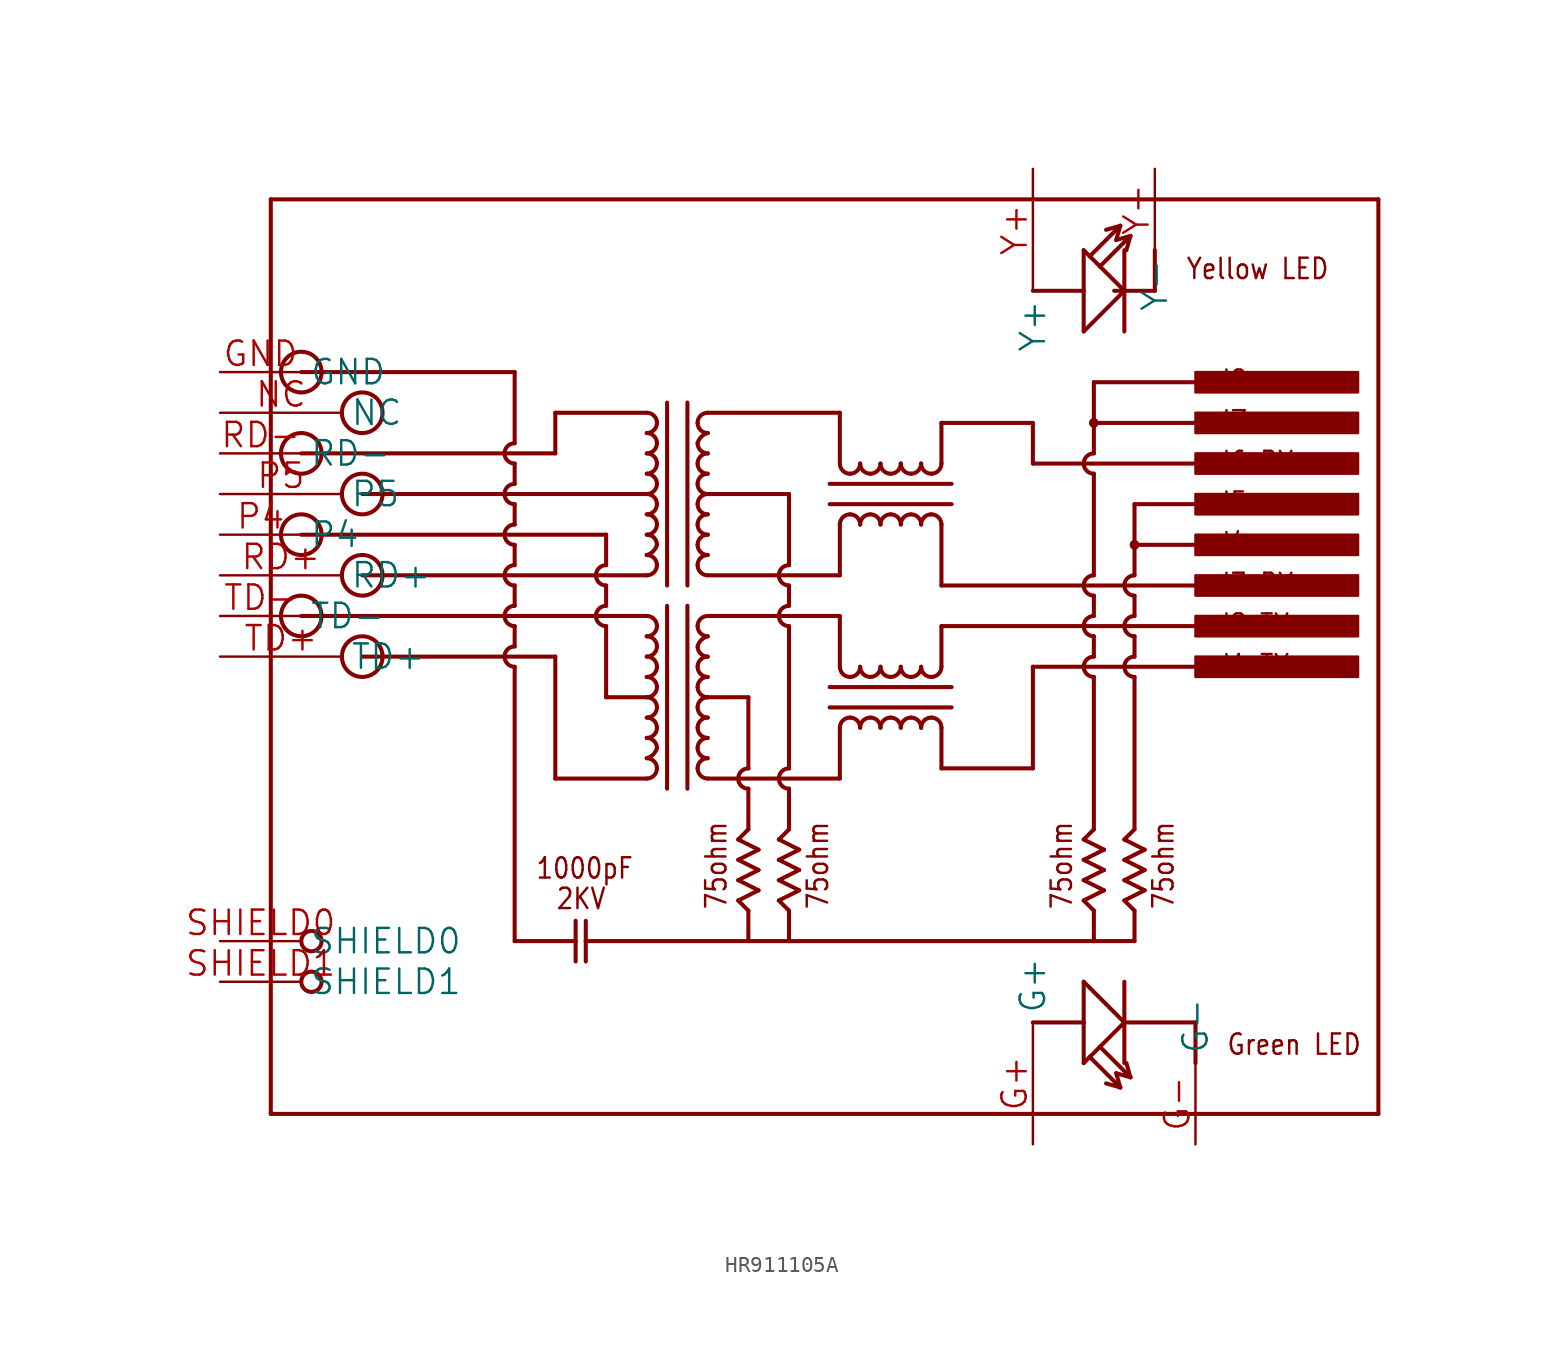
<source format=kicad_sym>
(kicad_symbol_lib
  (version 20241209)
  (generator "kicad_symbol_editor")
  (generator_version "9.0")
  (symbol "HR911105A"
    (property "Reference" "RJ"
      (at 0 0 0)
      (effects (font (size 1.27 1.27)) (hide yes)))
    (property "ki_locked" ""
      (at 0 0 0)
      (effects (font (size 1.27 1.27))))
    (symbol "HR911105A_1_0"
      (polyline (pts (xy -62.865 28.575) (xy 6.35 28.575)) (stroke (width 0.254) (type solid)) (fill (type none)))
      (polyline (pts (xy -62.865 -28.575) (xy -62.865 28.575)) (stroke (width 0.254) (type solid)) (fill (type none)))
      (circle (center -60.96 17.78) (radius 1.27) (stroke (width 0.254) (type solid)) (fill (type none)))
      (polyline (pts (xy -60.96 17.78) (xy -47.625 17.78)) (stroke (width 0.254) (type solid)) (fill (type none)))
      (circle (center -60.96 12.7) (radius 1.27) (stroke (width 0.254) (type solid)) (fill (type none)))
      (polyline (pts (xy -60.96 12.7) (xy -48.26 12.7)) (stroke (width 0.254) (type solid)) (fill (type none)))
      (circle (center -60.96 7.62) (radius 1.27) (stroke (width 0.254) (type solid)) (fill (type none)))
      (polyline (pts (xy -60.96 7.62) (xy -48.26 7.62)) (stroke (width 0.254) (type solid)) (fill (type none)))
      (circle (center -60.96 2.54) (radius 1.27) (stroke (width 0.254) (type solid)) (fill (type none)))
      (circle (center -60.325 -17.78) (radius 0.635) (stroke (width 0.254) (type solid)) (fill (type none)))
      (circle (center -60.325 -20.32) (radius 0.635) (stroke (width 0.254) (type solid)) (fill (type none)))
      (circle (center -57.15 15.24) (radius 1.27) (stroke (width 0.254) (type solid)) (fill (type none)))
      (circle (center -57.15 10.16) (radius 1.27) (stroke (width 0.254) (type solid)) (fill (type none)))
      (circle (center -57.15 5.08) (radius 1.27) (stroke (width 0.254) (type solid)) (fill (type none)))
      (polyline (pts (xy -57.15 5.08) (xy -48.26 5.08)) (stroke (width 0.254) (type solid)) (fill (type none)))
      (circle (center -57.15 0) (radius 1.27) (stroke (width 0.254) (type solid)) (fill (type none)))
      (polyline (pts (xy -48.26 12.7) (xy -45.085 12.7)) (stroke (width 0.254) (type solid)) (fill (type none)))
      (polyline (pts (xy -48.26 10.16) (xy -57.15 10.16)) (stroke (width 0.254) (type solid)) (fill (type none)))
      (polyline (pts (xy -48.26 7.62) (xy -41.91 7.62)) (stroke (width 0.254) (type solid)) (fill (type none)))
      (polyline (pts (xy -48.26 5.08) (xy -42.545 5.08)) (stroke (width 0.254) (type solid)) (fill (type none)))
      (polyline (pts (xy -48.26 2.54) (xy -60.96 2.54)) (stroke (width 0.254) (type solid)) (fill (type none)))
      (polyline (pts (xy -48.26 0) (xy -57.15 0)) (stroke (width 0.254) (type solid)) (fill (type none)))
      (polyline (pts (xy -47.625 17.78) (xy -47.625 13.335)) (stroke (width 0.254) (type solid)) (fill (type none)))
      (arc (start -48.26 12.7) (mid -48.074 13.149) (end -47.625 13.335) (stroke (width 0.254) (type solid)) (fill (type none)))
      (arc (start -47.625 12.065) (mid -48.074 12.251) (end -48.26 12.7) (stroke (width 0.254) (type solid)) (fill (type none)))
      (polyline (pts (xy -47.625 10.795) (xy -47.625 12.065)) (stroke (width 0.254) (type solid)) (fill (type none)))
      (arc (start -48.26 10.16) (mid -48.074 10.609) (end -47.625 10.795) (stroke (width 0.254) (type solid)) (fill (type none)))
      (arc (start -47.625 9.525) (mid -48.074 9.711) (end -48.26 10.16) (stroke (width 0.254) (type solid)) (fill (type none)))
      (polyline (pts (xy -47.625 8.255) (xy -47.625 9.525)) (stroke (width 0.254) (type solid)) (fill (type none)))
      (arc (start -48.26 7.62) (mid -48.074 8.069) (end -47.625 8.255) (stroke (width 0.254) (type solid)) (fill (type none)))
      (arc (start -47.625 6.985) (mid -48.074 7.171) (end -48.26 7.62) (stroke (width 0.254) (type solid)) (fill (type none)))
      (polyline (pts (xy -47.625 5.715) (xy -47.625 6.985)) (stroke (width 0.254) (type solid)) (fill (type none)))
      (arc (start -48.26 5.08) (mid -48.074 5.529) (end -47.625 5.715) (stroke (width 0.254) (type solid)) (fill (type none)))
      (arc (start -47.625 4.445) (mid -48.074 4.631) (end -48.26 5.08) (stroke (width 0.254) (type solid)) (fill (type none)))
      (polyline (pts (xy -47.625 3.175) (xy -47.625 4.445)) (stroke (width 0.254) (type solid)) (fill (type none)))
      (arc (start -48.26 2.54) (mid -48.074 2.989) (end -47.625 3.175) (stroke (width 0.254) (type solid)) (fill (type none)))
      (arc (start -47.625 1.905) (mid -48.074 2.091) (end -48.26 2.54) (stroke (width 0.254) (type solid)) (fill (type none)))
      (polyline (pts (xy -47.625 0.635) (xy -47.625 1.905)) (stroke (width 0.254) (type solid)) (fill (type none)))
      (arc (start -48.26 0) (mid -48.074 0.449) (end -47.625 0.635) (stroke (width 0.254) (type solid)) (fill (type none)))
      (arc (start -47.625 -0.635) (mid -48.074 -0.449) (end -48.26 0) (stroke (width 0.254) (type solid)) (fill (type none)))
      (polyline (pts (xy -47.625 -17.78) (xy -47.625 -0.635)) (stroke (width 0.254) (type solid)) (fill (type none)))
      (polyline (pts (xy -45.085 12.7) (xy -45.085 15.24)) (stroke (width 0.254) (type solid)) (fill (type none)))
      (polyline (pts (xy -45.085 0) (xy -48.26 0)) (stroke (width 0.254) (type solid)) (fill (type none)))
      (polyline (pts (xy -45.085 -7.62) (xy -45.085 0)) (stroke (width 0.254) (type solid)) (fill (type none)))
      (polyline (pts (xy -43.815 -16.51) (xy -43.815 -17.78)) (stroke (width 0.254) (type solid)) (fill (type none)))
      (polyline (pts (xy -43.815 -17.78) (xy -47.625 -17.78)) (stroke (width 0.254) (type solid)) (fill (type none)))
      (polyline (pts (xy -43.815 -17.78) (xy -43.815 -19.05)) (stroke (width 0.254) (type solid)) (fill (type none)))
      (polyline (pts (xy -43.18 -17.78) (xy -43.18 -16.51)) (stroke (width 0.254) (type solid)) (fill (type none)))
      (polyline (pts (xy -43.18 -17.78) (xy -43.18 -19.05)) (stroke (width 0.254) (type solid)) (fill (type none)))
      (polyline (pts (xy -42.545 5.08) (xy -39.37 5.08)) (stroke (width 0.254) (type solid)) (fill (type none)))
      (polyline (pts (xy -42.545 2.54) (xy -48.26 2.54)) (stroke (width 0.254) (type solid)) (fill (type none)))
      (polyline (pts (xy -41.91 7.62) (xy -41.91 5.715)) (stroke (width 0.254) (type solid)) (fill (type none)))
      (arc (start -42.545 5.08) (mid -42.359 5.529) (end -41.91 5.715) (stroke (width 0.254) (type solid)) (fill (type none)))
      (arc (start -41.91 4.445) (mid -42.359 4.631) (end -42.545 5.08) (stroke (width 0.254) (type solid)) (fill (type none)))
      (polyline (pts (xy -41.91 4.445) (xy -41.91 3.175)) (stroke (width 0.254) (type solid)) (fill (type none)))
      (arc (start -42.545 2.54) (mid -42.359 2.989) (end -41.91 3.175) (stroke (width 0.254) (type solid)) (fill (type none)))
      (arc (start -41.91 1.905) (mid -42.359 2.091) (end -42.545 2.54) (stroke (width 0.254) (type solid)) (fill (type none)))
      (polyline (pts (xy -41.91 1.905) (xy -41.91 -2.54)) (stroke (width 0.254) (type solid)) (fill (type none)))
      (polyline (pts (xy -41.91 -2.54) (xy -39.37 -2.54)) (stroke (width 0.254) (type solid)) (fill (type none)))
      (arc (start -38.735 6.9849) (mid -38.9674 6.5824) (end -39.37 6.35) (stroke (width 0.254) (type solid)) (fill (type none)))
      (arc (start -38.7349 -5.7151) (mid -38.9674 -6.1177) (end -39.37 -6.35) (stroke (width 0.254) (type solid)) (fill (type none)))
      (polyline (pts (xy -39.37 15.24) (xy -45.085 15.24)) (stroke (width 0.254) (type solid)) (fill (type none)))
      (arc (start -39.37 15.24) (mid -38.921 15.054) (end -38.735 14.605) (stroke (width 0.254) (type solid)) (fill (type none)))
      (arc (start -38.735 14.605) (mid -38.921 14.156) (end -39.37 13.97) (stroke (width 0.254) (type solid)) (fill (type none)))
      (arc (start -39.37 13.97) (mid -38.921 13.784) (end -38.735 13.335) (stroke (width 0.254) (type solid)) (fill (type none)))
      (arc (start -38.735 13.335) (mid -38.921 12.886) (end -39.37 12.7) (stroke (width 0.254) (type solid)) (fill (type none)))
      (arc (start -39.37 12.7) (mid -38.921 12.514) (end -38.735 12.065) (stroke (width 0.254) (type solid)) (fill (type none)))
      (arc (start -38.735 12.065) (mid -38.921 11.616) (end -39.37 11.43) (stroke (width 0.254) (type solid)) (fill (type none)))
      (arc (start -39.37 11.43) (mid -38.921 11.244) (end -38.735 10.795) (stroke (width 0.254) (type solid)) (fill (type none)))
      (arc (start -38.735 10.795) (mid -38.921 10.346) (end -39.37 10.16) (stroke (width 0.254) (type solid)) (fill (type none)))
      (polyline (pts (xy -39.37 10.16) (xy -48.26 10.16)) (stroke (width 0.254) (type solid)) (fill (type none)))
      (arc (start -39.37 10.16) (mid -38.921 9.974) (end -38.735 9.525) (stroke (width 0.254) (type solid)) (fill (type none)))
      (arc (start -38.735 9.525) (mid -38.921 9.076) (end -39.37 8.89) (stroke (width 0.254) (type solid)) (fill (type none)))
      (arc (start -39.37 8.89) (mid -38.921 8.704) (end -38.735 8.255) (stroke (width 0.254) (type solid)) (fill (type none)))
      (arc (start -38.735 8.255) (mid -38.921 7.806) (end -39.37 7.62) (stroke (width 0.254) (type solid)) (fill (type none)))
      (arc (start -39.37 7.62) (mid -38.921 7.434) (end -38.735 6.985) (stroke (width 0.254) (type solid)) (fill (type none)))
      (arc (start -39.37 6.35) (mid -38.921 6.164) (end -38.735 5.715) (stroke (width 0.254) (type solid)) (fill (type none)))
      (arc (start -38.735 5.715) (mid -38.921 5.266) (end -39.37 5.08) (stroke (width 0.254) (type solid)) (fill (type none)))
      (polyline (pts (xy -39.37 2.54) (xy -42.545 2.54)) (stroke (width 0.254) (type solid)) (fill (type none)))
      (arc (start -39.37 2.54) (mid -38.921 2.354) (end -38.735 1.905) (stroke (width 0.254) (type solid)) (fill (type none)))
      (arc (start -38.735 1.905) (mid -38.921 1.456) (end -39.37 1.27) (stroke (width 0.254) (type solid)) (fill (type none)))
      (arc (start -39.37 1.27) (mid -38.921 1.084) (end -38.735 0.635) (stroke (width 0.254) (type solid)) (fill (type none)))
      (arc (start -38.735 0.635) (mid -38.921 0.186) (end -39.37 0) (stroke (width 0.254) (type solid)) (fill (type none)))
      (arc (start -39.37 0) (mid -38.921 -0.186) (end -38.735 -0.635) (stroke (width 0.254) (type solid)) (fill (type none)))
      (arc (start -38.735 -0.635) (mid -38.921 -1.084) (end -39.37 -1.27) (stroke (width 0.254) (type solid)) (fill (type none)))
      (arc (start -39.37 -1.27) (mid -38.921 -1.456) (end -38.735 -1.905) (stroke (width 0.254) (type solid)) (fill (type none)))
      (arc (start -38.735 -1.905) (mid -38.921 -2.354) (end -39.37 -2.54) (stroke (width 0.254) (type solid)) (fill (type none)))
      (arc (start -39.37 -2.54) (mid -38.921 -2.726) (end -38.735 -3.175) (stroke (width 0.254) (type solid)) (fill (type none)))
      (arc (start -38.735 -3.175) (mid -38.921 -3.624) (end -39.37 -3.81) (stroke (width 0.254) (type solid)) (fill (type none)))
      (arc (start -39.37 -3.81) (mid -38.921 -3.996) (end -38.735 -4.445) (stroke (width 0.254) (type solid)) (fill (type none)))
      (arc (start -38.735 -4.445) (mid -38.921 -4.894) (end -39.37 -5.08) (stroke (width 0.254) (type solid)) (fill (type none)))
      (arc (start -39.37 -5.08) (mid -38.921 -5.266) (end -38.735 -5.715) (stroke (width 0.254) (type solid)) (fill (type none)))
      (arc (start -39.37 -6.35) (mid -38.921 -6.536) (end -38.735 -6.985) (stroke (width 0.254) (type solid)) (fill (type none)))
      (arc (start -38.735 -6.985) (mid -38.921 -7.434) (end -39.37 -7.62) (stroke (width 0.254) (type solid)) (fill (type none)))
      (polyline (pts (xy -39.37 -7.62) (xy -45.085 -7.62)) (stroke (width 0.254) (type solid)) (fill (type none)))
      (polyline (pts (xy -38.1 15.875) (xy -38.1 4.445)) (stroke (width 0.254) (type solid)) (fill (type none)))
      (polyline (pts (xy -38.1 3.175) (xy -38.1 -8.255)) (stroke (width 0.254) (type solid)) (fill (type none)))
      (polyline (pts (xy -36.83 15.875) (xy -36.83 4.445)) (stroke (width 0.254) (type solid)) (fill (type none)))
      (polyline (pts (xy -36.83 3.175) (xy -36.83 -8.255)) (stroke (width 0.254) (type solid)) (fill (type none)))
      (arc (start -36.195 14.605) (mid -36.009 15.054) (end -35.56 15.24) (stroke (width 0.254) (type solid)) (fill (type none)))
      (arc (start -35.56 13.97) (mid -36.009 14.156) (end -36.195 14.605) (stroke (width 0.254) (type solid)) (fill (type none)))
      (arc (start -35.56 12.7) (mid -36.009 12.886) (end -36.195 13.335) (stroke (width 0.254) (type solid)) (fill (type none)))
      (arc (start -36.195 12.065) (mid -36.009 12.514) (end -35.56 12.7) (stroke (width 0.254) (type solid)) (fill (type none)))
      (arc (start -35.56 11.43) (mid -36.009 11.616) (end -36.195 12.065) (stroke (width 0.254) (type solid)) (fill (type none)))
      (arc (start -36.195 10.795) (mid -36.009 11.244) (end -35.56 11.43) (stroke (width 0.254) (type solid)) (fill (type none)))
      (arc (start -35.56 10.16) (mid -36.009 10.346) (end -36.195 10.795) (stroke (width 0.254) (type solid)) (fill (type none)))
      (polyline (pts (xy -35.56 10.16) (xy -30.48 10.16)) (stroke (width 0.254) (type solid)) (fill (type none)))
      (arc (start -36.195 9.525) (mid -36.009 9.974) (end -35.56 10.16) (stroke (width 0.254) (type solid)) (fill (type none)))
      (arc (start -35.56 8.89) (mid -36.009 9.076) (end -36.195 9.525) (stroke (width 0.254) (type solid)) (fill (type none)))
      (arc (start -36.195 8.255) (mid -36.009 8.704) (end -35.56 8.89) (stroke (width 0.254) (type solid)) (fill (type none)))
      (arc (start -35.56 7.62) (mid -36.009 7.806) (end -36.195 8.255) (stroke (width 0.254) (type solid)) (fill (type none)))
      (arc (start -36.195 6.985) (mid -36.009 7.434) (end -35.56 7.62) (stroke (width 0.254) (type solid)) (fill (type none)))
      (arc (start -35.56 6.35) (mid -36.009 6.536) (end -36.195 6.985) (stroke (width 0.254) (type solid)) (fill (type none)))
      (arc (start -36.195 5.715) (mid -36.009 6.164) (end -35.56 6.35) (stroke (width 0.254) (type solid)) (fill (type none)))
      (arc (start -35.56 5.08) (mid -36.009 5.266) (end -36.195 5.715) (stroke (width 0.254) (type solid)) (fill (type none)))
      (polyline (pts (xy -35.56 5.08) (xy -31.115 5.08)) (stroke (width 0.254) (type solid)) (fill (type none)))
      (arc (start -36.195 1.905) (mid -36.009 2.354) (end -35.56 2.54) (stroke (width 0.254) (type solid)) (fill (type none)))
      (arc (start -35.56 1.27) (mid -36.009 1.456) (end -36.195 1.905) (stroke (width 0.254) (type solid)) (fill (type none)))
      (arc (start -35.56 0) (mid -36.009 0.186) (end -36.195 0.635) (stroke (width 0.254) (type solid)) (fill (type none)))
      (arc (start -36.195 -0.635) (mid -36.009 -0.186) (end -35.56 0) (stroke (width 0.254) (type solid)) (fill (type none)))
      (arc (start -35.56 -1.27) (mid -36.009 -1.084) (end -36.195 -0.635) (stroke (width 0.254) (type solid)) (fill (type none)))
      (arc (start -36.195 -1.905) (mid -36.009 -1.456) (end -35.56 -1.27) (stroke (width 0.254) (type solid)) (fill (type none)))
      (arc (start -35.56 -2.54) (mid -36.009 -2.354) (end -36.195 -1.905) (stroke (width 0.254) (type solid)) (fill (type none)))
      (arc (start -36.195 -3.175) (mid -36.009 -2.726) (end -35.56 -2.54) (stroke (width 0.254) (type solid)) (fill (type none)))
      (arc (start -35.56 -3.81) (mid -36.009 -3.624) (end -36.195 -3.175) (stroke (width 0.254) (type solid)) (fill (type none)))
      (arc (start -36.195 -4.445) (mid -36.009 -3.996) (end -35.56 -3.81) (stroke (width 0.254) (type solid)) (fill (type none)))
      (arc (start -35.56 -5.08) (mid -36.009 -4.894) (end -36.195 -4.445) (stroke (width 0.254) (type solid)) (fill (type none)))
      (arc (start -36.195 -5.715) (mid -36.009 -5.266) (end -35.56 -5.08) (stroke (width 0.254) (type solid)) (fill (type none)))
      (arc (start -35.56 -6.35) (mid -36.009 -6.164) (end -36.195 -5.715) (stroke (width 0.254) (type solid)) (fill (type none)))
      (arc (start -36.195 -6.985) (mid -36.009 -6.536) (end -35.56 -6.35) (stroke (width 0.254) (type solid)) (fill (type none)))
      (arc (start -35.56 -7.62) (mid -36.009 -7.434) (end -36.195 -6.985) (stroke (width 0.254) (type solid)) (fill (type none)))
      (polyline (pts (xy -35.56 -7.62) (xy -33.655 -7.62)) (stroke (width 0.254) (type solid)) (fill (type none)))
      (arc (start -36.195 13.335) (mid -35.9626 13.7376) (end -35.56 13.97) (stroke (width 0.254) (type solid)) (fill (type none)))
      (arc (start -36.195 0.635) (mid -35.9626 1.0376) (end -35.56 1.27) (stroke (width 0.254) (type solid)) (fill (type none)))
      (polyline (pts (xy -33.655 -7.62) (xy -31.115 -7.62)) (stroke (width 0.254) (type solid)) (fill (type none)))
      (polyline (pts (xy -33.655 -11.43) (xy -32.385 -12.065)) (stroke (width 0.254) (type solid)) (fill (type none)))
      (polyline (pts (xy -33.655 -12.7) (xy -32.385 -13.335)) (stroke (width 0.254) (type solid)) (fill (type none)))
      (polyline (pts (xy -33.655 -13.97) (xy -32.385 -14.605)) (stroke (width 0.254) (type solid)) (fill (type none)))
      (polyline (pts (xy -33.655 -15.24) (xy -33.02 -15.875)) (stroke (width 0.254) (type solid)) (fill (type none)))
      (polyline (pts (xy -33.02 -2.54) (xy -35.56 -2.54)) (stroke (width 0.254) (type solid)) (fill (type none)))
      (polyline (pts (xy -33.02 -6.985) (xy -33.02 -2.54)) (stroke (width 0.254) (type solid)) (fill (type none)))
      (arc (start -33.655 -7.62) (mid -33.469 -7.171) (end -33.02 -6.985) (stroke (width 0.254) (type solid)) (fill (type none)))
      (arc (start -33.02 -8.255) (mid -33.469 -8.069) (end -33.655 -7.62) (stroke (width 0.254) (type solid)) (fill (type none)))
      (polyline (pts (xy -33.02 -8.255) (xy -33.02 -10.795)) (stroke (width 0.254) (type solid)) (fill (type none)))
      (polyline (pts (xy -33.02 -10.795) (xy -33.655 -11.43)) (stroke (width 0.254) (type solid)) (fill (type none)))
      (polyline (pts (xy -33.02 -15.875) (xy -33.02 -17.78)) (stroke (width 0.254) (type solid)) (fill (type none)))
      (polyline (pts (xy -33.02 -17.78) (xy -43.18 -17.78)) (stroke (width 0.254) (type solid)) (fill (type none)))
      (polyline (pts (xy -32.385 -12.065) (xy -33.655 -12.7)) (stroke (width 0.254) (type solid)) (fill (type none)))
      (polyline (pts (xy -32.385 -13.335) (xy -33.655 -13.97)) (stroke (width 0.254) (type solid)) (fill (type none)))
      (polyline (pts (xy -32.385 -14.605) (xy -33.655 -15.24)) (stroke (width 0.254) (type solid)) (fill (type none)))
      (polyline (pts (xy -31.115 5.08) (xy -27.305 5.08)) (stroke (width 0.254) (type solid)) (fill (type none)))
      (polyline (pts (xy -31.115 2.54) (xy -35.56 2.54)) (stroke (width 0.254) (type solid)) (fill (type none)))
      (polyline (pts (xy -31.115 -7.62) (xy -27.305 -7.62)) (stroke (width 0.254) (type solid)) (fill (type none)))
      (polyline (pts (xy -31.115 -11.43) (xy -29.845 -12.065)) (stroke (width 0.254) (type solid)) (fill (type none)))
      (polyline (pts (xy -31.115 -12.7) (xy -29.845 -13.335)) (stroke (width 0.254) (type solid)) (fill (type none)))
      (polyline (pts (xy -31.115 -13.97) (xy -29.845 -14.605)) (stroke (width 0.254) (type solid)) (fill (type none)))
      (polyline (pts (xy -31.115 -15.24) (xy -30.48 -15.875)) (stroke (width 0.254) (type solid)) (fill (type none)))
      (polyline (pts (xy -30.48 10.16) (xy -30.48 5.715)) (stroke (width 0.254) (type solid)) (fill (type none)))
      (arc (start -31.115 5.08) (mid -30.929 5.529) (end -30.48 5.715) (stroke (width 0.254) (type solid)) (fill (type none)))
      (arc (start -30.48 4.445) (mid -30.929 4.631) (end -31.115 5.08) (stroke (width 0.254) (type solid)) (fill (type none)))
      (polyline (pts (xy -30.48 4.445) (xy -30.48 3.175)) (stroke (width 0.254) (type solid)) (fill (type none)))
      (arc (start -31.115 2.54) (mid -30.929 2.989) (end -30.48 3.175) (stroke (width 0.254) (type solid)) (fill (type none)))
      (arc (start -30.48 1.905) (mid -30.929 2.091) (end -31.115 2.54) (stroke (width 0.254) (type solid)) (fill (type none)))
      (polyline (pts (xy -30.48 1.905) (xy -30.48 -6.985)) (stroke (width 0.254) (type solid)) (fill (type none)))
      (arc (start -31.115 -7.62) (mid -30.929 -7.171) (end -30.48 -6.985) (stroke (width 0.254) (type solid)) (fill (type none)))
      (arc (start -30.48 -8.255) (mid -30.929 -8.069) (end -31.115 -7.62) (stroke (width 0.254) (type solid)) (fill (type none)))
      (polyline (pts (xy -30.48 -8.255) (xy -30.48 -10.795)) (stroke (width 0.254) (type solid)) (fill (type none)))
      (polyline (pts (xy -30.48 -10.795) (xy -31.115 -11.43)) (stroke (width 0.254) (type solid)) (fill (type none)))
      (polyline (pts (xy -30.48 -15.875) (xy -30.48 -17.78)) (stroke (width 0.254) (type solid)) (fill (type none)))
      (polyline (pts (xy -30.48 -17.78) (xy -33.02 -17.78)) (stroke (width 0.254) (type solid)) (fill (type none)))
      (polyline (pts (xy -29.845 -12.065) (xy -31.115 -12.7)) (stroke (width 0.254) (type solid)) (fill (type none)))
      (polyline (pts (xy -29.845 -13.335) (xy -31.115 -13.97)) (stroke (width 0.254) (type solid)) (fill (type none)))
      (polyline (pts (xy -29.845 -14.605) (xy -31.115 -15.24)) (stroke (width 0.254) (type solid)) (fill (type none)))
      (polyline (pts (xy -27.94 10.795) (xy -20.32 10.795)) (stroke (width 0.254) (type solid)) (fill (type none)))
      (polyline (pts (xy -27.94 9.525) (xy -20.32 9.525)) (stroke (width 0.254) (type solid)) (fill (type none)))
      (polyline (pts (xy -27.94 -1.905) (xy -20.32 -1.905)) (stroke (width 0.254) (type solid)) (fill (type none)))
      (polyline (pts (xy -27.94 -3.175) (xy -20.32 -3.175)) (stroke (width 0.254) (type solid)) (fill (type none)))
      (polyline (pts (xy -27.305 15.24) (xy -35.56 15.24)) (stroke (width 0.254) (type solid)) (fill (type none)))
      (polyline (pts (xy -27.305 12.065) (xy -27.305 15.24)) (stroke (width 0.254) (type solid)) (fill (type none)))
      (polyline (pts (xy -27.305 5.08) (xy -27.305 8.255)) (stroke (width 0.254) (type solid)) (fill (type none)))
      (polyline (pts (xy -27.305 2.54) (xy -31.115 2.54)) (stroke (width 0.254) (type solid)) (fill (type none)))
      (polyline (pts (xy -27.305 -0.635) (xy -27.305 2.54)) (stroke (width 0.254) (type solid)) (fill (type none)))
      (polyline (pts (xy -27.305 -7.62) (xy -27.305 -4.445)) (stroke (width 0.254) (type solid)) (fill (type none)))
      (arc (start -26.67 11.43) (mid -27.119 11.616) (end -27.305 12.065) (stroke (width 0.254) (type solid)) (fill (type none)))
      (arc (start -26.035 12.065) (mid -26.221 11.616) (end -26.67 11.43) (stroke (width 0.254) (type solid)) (fill (type none)))
      (arc (start -27.305 8.255) (mid -27.119 8.704) (end -26.67 8.89) (stroke (width 0.254) (type solid)) (fill (type none)))
      (arc (start -26.67 8.89) (mid -26.221 8.704) (end -26.035 8.255) (stroke (width 0.254) (type solid)) (fill (type none)))
      (arc (start -26.67 -1.27) (mid -27.119 -1.084) (end -27.305 -0.635) (stroke (width 0.254) (type solid)) (fill (type none)))
      (arc (start -26.035 -0.635) (mid -26.221 -1.084) (end -26.67 -1.27) (stroke (width 0.254) (type solid)) (fill (type none)))
      (arc (start -27.305 -4.445) (mid -27.119 -3.996) (end -26.67 -3.81) (stroke (width 0.254) (type solid)) (fill (type none)))
      (arc (start -26.67 -3.81) (mid -26.221 -3.996) (end -26.035 -4.445) (stroke (width 0.254) (type solid)) (fill (type none)))
      (arc (start -25.4 11.43) (mid -25.849 11.616) (end -26.035 12.065) (stroke (width 0.254) (type solid)) (fill (type none)))
      (arc (start -24.765 12.065) (mid -24.951 11.616) (end -25.4 11.43) (stroke (width 0.254) (type solid)) (fill (type none)))
      (arc (start -26.035 8.255) (mid -25.849 8.704) (end -25.4 8.89) (stroke (width 0.254) (type solid)) (fill (type none)))
      (arc (start -25.4 8.89) (mid -24.951 8.704) (end -24.765 8.255) (stroke (width 0.254) (type solid)) (fill (type none)))
      (arc (start -25.4 -1.27) (mid -25.849 -1.084) (end -26.035 -0.635) (stroke (width 0.254) (type solid)) (fill (type none)))
      (arc (start -24.765 -0.635) (mid -24.951 -1.084) (end -25.4 -1.27) (stroke (width 0.254) (type solid)) (fill (type none)))
      (arc (start -26.035 -4.445) (mid -25.849 -3.996) (end -25.4 -3.81) (stroke (width 0.254) (type solid)) (fill (type none)))
      (arc (start -25.4 -3.81) (mid -24.951 -3.996) (end -24.765 -4.445) (stroke (width 0.254) (type solid)) (fill (type none)))
      (arc (start -24.13 11.43) (mid -24.579 11.616) (end -24.765 12.065) (stroke (width 0.254) (type solid)) (fill (type none)))
      (arc (start -23.495 12.065) (mid -23.681 11.616) (end -24.13 11.43) (stroke (width 0.254) (type solid)) (fill (type none)))
      (arc (start -24.765 8.255) (mid -24.579 8.704) (end -24.13 8.89) (stroke (width 0.254) (type solid)) (fill (type none)))
      (arc (start -24.13 8.89) (mid -23.681 8.704) (end -23.495 8.255) (stroke (width 0.254) (type solid)) (fill (type none)))
      (arc (start -24.13 -1.27) (mid -24.579 -1.084) (end -24.765 -0.635) (stroke (width 0.254) (type solid)) (fill (type none)))
      (arc (start -23.495 -0.635) (mid -23.681 -1.084) (end -24.13 -1.27) (stroke (width 0.254) (type solid)) (fill (type none)))
      (arc (start -24.765 -4.445) (mid -24.579 -3.996) (end -24.13 -3.81) (stroke (width 0.254) (type solid)) (fill (type none)))
      (arc (start -24.13 -3.81) (mid -23.681 -3.996) (end -23.495 -4.445) (stroke (width 0.254) (type solid)) (fill (type none)))
      (arc (start -22.86 11.43) (mid -23.309 11.616) (end -23.495 12.065) (stroke (width 0.254) (type solid)) (fill (type none)))
      (arc (start -22.225 12.065) (mid -22.411 11.616) (end -22.86 11.43) (stroke (width 0.254) (type solid)) (fill (type none)))
      (arc (start -23.495 8.255) (mid -23.309 8.704) (end -22.86 8.89) (stroke (width 0.254) (type solid)) (fill (type none)))
      (arc (start -22.86 8.89) (mid -22.411 8.704) (end -22.225 8.255) (stroke (width 0.254) (type solid)) (fill (type none)))
      (arc (start -22.86 -1.27) (mid -23.309 -1.084) (end -23.495 -0.635) (stroke (width 0.254) (type solid)) (fill (type none)))
      (arc (start -22.225 -0.635) (mid -22.411 -1.084) (end -22.86 -1.27) (stroke (width 0.254) (type solid)) (fill (type none)))
      (arc (start -23.495 -4.445) (mid -23.309 -3.996) (end -22.86 -3.81) (stroke (width 0.254) (type solid)) (fill (type none)))
      (arc (start -22.86 -3.81) (mid -22.411 -3.996) (end -22.225 -4.445) (stroke (width 0.254) (type solid)) (fill (type none)))
      (arc (start -21.59 11.43) (mid -22.039 11.616) (end -22.225 12.065) (stroke (width 0.254) (type solid)) (fill (type none)))
      (arc (start -20.955 12.065) (mid -21.141 11.616) (end -21.59 11.43) (stroke (width 0.254) (type solid)) (fill (type none)))
      (arc (start -22.225 8.255) (mid -22.039 8.704) (end -21.59 8.89) (stroke (width 0.254) (type solid)) (fill (type none)))
      (arc (start -21.59 8.89) (mid -21.141 8.704) (end -20.955 8.255) (stroke (width 0.254) (type solid)) (fill (type none)))
      (arc (start -21.59 -1.27) (mid -22.039 -1.084) (end -22.225 -0.635) (stroke (width 0.254) (type solid)) (fill (type none)))
      (arc (start -20.955 -0.635) (mid -21.141 -1.084) (end -21.59 -1.27) (stroke (width 0.254) (type solid)) (fill (type none)))
      (arc (start -22.225 -4.445) (mid -22.039 -3.996) (end -21.59 -3.81) (stroke (width 0.254) (type solid)) (fill (type none)))
      (arc (start -21.59 -3.81) (mid -21.141 -3.996) (end -20.955 -4.445) (stroke (width 0.254) (type solid)) (fill (type none)))
      (polyline (pts (xy -20.955 14.605) (xy -20.955 12.065)) (stroke (width 0.254) (type solid)) (fill (type none)))
      (polyline (pts (xy -20.955 8.255) (xy -20.955 4.445)) (stroke (width 0.254) (type solid)) (fill (type none)))
      (polyline (pts (xy -20.955 1.905) (xy -20.955 -0.635)) (stroke (width 0.254) (type solid)) (fill (type none)))
      (polyline (pts (xy -20.955 -4.445) (xy -20.955 -6.985)) (stroke (width 0.254) (type solid)) (fill (type none)))
      (polyline (pts (xy -15.24 14.605) (xy -20.955 14.605)) (stroke (width 0.254) (type solid)) (fill (type none)))
      (polyline (pts (xy -15.24 12.065) (xy -15.24 14.605)) (stroke (width 0.254) (type solid)) (fill (type none)))
      (polyline (pts (xy -15.24 -0.635) (xy -15.24 -6.985)) (stroke (width 0.254) (type solid)) (fill (type none)))
      (polyline (pts (xy -15.24 -6.985) (xy -20.955 -6.985)) (stroke (width 0.254) (type solid)) (fill (type none)))
      (polyline (pts (xy -12.065 25.4) (xy -12.065 22.86)) (stroke (width 0.254) (type solid)) (fill (type none)))
      (polyline (pts (xy -12.065 22.86) (xy -15.24 22.86)) (stroke (width 0.254) (type solid)) (fill (type none)))
      (polyline (pts (xy -12.065 22.86) (xy -12.065 20.32)) (stroke (width 0.254) (type solid)) (fill (type none)))
      (polyline (pts (xy -12.065 20.32) (xy -9.525 22.86)) (stroke (width 0.254) (type solid)) (fill (type none)))
      (polyline (pts (xy -12.065 -11.43) (xy -10.795 -12.065)) (stroke (width 0.254) (type solid)) (fill (type none)))
      (polyline (pts (xy -12.065 -12.7) (xy -10.795 -13.335)) (stroke (width 0.254) (type solid)) (fill (type none)))
      (polyline (pts (xy -12.065 -13.97) (xy -10.795 -14.605)) (stroke (width 0.254) (type solid)) (fill (type none)))
      (polyline (pts (xy -12.065 -15.24) (xy -11.43 -15.875)) (stroke (width 0.254) (type solid)) (fill (type none)))
      (polyline (pts (xy -12.065 -20.32) (xy -9.525 -22.86)) (stroke (width 0.254) (type solid)) (fill (type none)))
      (polyline (pts (xy -12.065 -22.86) (xy -15.24 -22.86)) (stroke (width 0.254) (type solid)) (fill (type none)))
      (polyline (pts (xy -12.065 -22.86) (xy -12.065 -20.32)) (stroke (width 0.254) (type solid)) (fill (type none)))
      (polyline (pts (xy -12.065 -25.4) (xy -12.065 -22.86)) (stroke (width 0.254) (type solid)) (fill (type none)))
      (polyline (pts (xy -11.684 25.019) (xy -12.065 25.4)) (stroke (width 0.254) (type solid)) (fill (type none)))
      (polyline (pts (xy -11.684 25.019) (xy -9.779 26.924)) (stroke (width 0.254) (type solid)) (fill (type none)))
      (polyline (pts (xy -11.684 -25.019) (xy -12.065 -25.4)) (stroke (width 0.254) (type solid)) (fill (type none)))
      (polyline (pts (xy -11.684 -25.019) (xy -9.779 -26.924)) (stroke (width 0.254) (type solid)) (fill (type none)))
      (polyline (pts (xy -11.43 17.145) (xy -11.43 14.605)) (stroke (width 0.254) (type solid)) (fill (type none)))
      (circle (center -11.43 14.605) (radius 0.18) (stroke (width 0.254) (type solid)) (fill (type none)))
      (polyline (pts (xy -11.43 14.605) (xy -11.43 12.7)) (stroke (width 0.254) (type solid)) (fill (type none)))
      (polyline (pts (xy -11.43 14.605) (xy -4.445 14.605)) (stroke (width 0.254) (type solid)) (fill (type none)))
      (arc (start -12.065 12.065) (mid -11.879 12.514) (end -11.43 12.7) (stroke (width 0.254) (type solid)) (fill (type none)))
      (arc (start -11.43 11.43) (mid -11.879 11.616) (end -12.065 12.065) (stroke (width 0.254) (type solid)) (fill (type none)))
      (polyline (pts (xy -11.43 11.43) (xy -11.43 5.08)) (stroke (width 0.254) (type solid)) (fill (type none)))
      (arc (start -12.065 4.445) (mid -11.879 4.894) (end -11.43 5.08) (stroke (width 0.254) (type solid)) (fill (type none)))
      (arc (start -11.43 3.81) (mid -11.879 3.996) (end -12.065 4.445) (stroke (width 0.254) (type solid)) (fill (type none)))
      (polyline (pts (xy -11.43 3.81) (xy -11.43 2.54)) (stroke (width 0.254) (type solid)) (fill (type none)))
      (arc (start -12.065 1.905) (mid -11.879 2.354) (end -11.43 2.54) (stroke (width 0.254) (type solid)) (fill (type none)))
      (arc (start -11.43 1.27) (mid -11.879 1.456) (end -12.065 1.905) (stroke (width 0.254) (type solid)) (fill (type none)))
      (polyline (pts (xy -11.43 1.27) (xy -11.43 0)) (stroke (width 0.254) (type solid)) (fill (type none)))
      (arc (start -12.065 -0.635) (mid -11.879 -0.186) (end -11.43 0) (stroke (width 0.254) (type solid)) (fill (type none)))
      (arc (start -11.43 -1.27) (mid -11.879 -1.084) (end -12.065 -0.635) (stroke (width 0.254) (type solid)) (fill (type none)))
      (polyline (pts (xy -11.43 -1.27) (xy -11.43 -10.795)) (stroke (width 0.254) (type solid)) (fill (type none)))
      (polyline (pts (xy -11.43 -10.795) (xy -12.065 -11.43)) (stroke (width 0.254) (type solid)) (fill (type none)))
      (polyline (pts (xy -11.43 -15.875) (xy -11.43 -17.78)) (stroke (width 0.254) (type solid)) (fill (type none)))
      (polyline (pts (xy -11.43 -17.78) (xy -30.48 -17.78)) (stroke (width 0.254) (type solid)) (fill (type none)))
      (polyline (pts (xy -11.049 24.384) (xy -11.684 25.019)) (stroke (width 0.254) (type solid)) (fill (type none)))
      (polyline (pts (xy -11.049 24.384) (xy -9.144 26.289)) (stroke (width 0.254) (type solid)) (fill (type none)))
      (polyline (pts (xy -11.049 -24.384) (xy -11.684 -25.019)) (stroke (width 0.254) (type solid)) (fill (type none)))
      (polyline (pts (xy -11.049 -24.384) (xy -9.144 -26.289)) (stroke (width 0.254) (type solid)) (fill (type none)))
      (polyline (pts (xy -10.795 -12.065) (xy -12.065 -12.7)) (stroke (width 0.254) (type solid)) (fill (type none)))
      (polyline (pts (xy -10.795 -13.335) (xy -12.065 -13.97)) (stroke (width 0.254) (type solid)) (fill (type none)))
      (polyline (pts (xy -10.795 -14.605) (xy -12.065 -15.24)) (stroke (width 0.254) (type solid)) (fill (type none)))
      (polyline (pts (xy -10.16 22.86) (xy -7.62 22.86)) (stroke (width 0.254) (type solid)) (fill (type none)))
      (polyline (pts (xy -9.779 26.924) (xy -10.668 26.67)) (stroke (width 0.254) (type solid)) (fill (type none)))
      (polyline (pts (xy -9.779 26.924) (xy -10.033 26.035)) (stroke (width 0.254) (type solid)) (fill (type none)))
      (polyline (pts (xy -9.779 -26.924) (xy -10.668 -26.67)) (stroke (width 0.254) (type solid)) (fill (type none)))
      (polyline (pts (xy -9.779 -26.924) (xy -10.033 -26.035)) (stroke (width 0.254) (type solid)) (fill (type none)))
      (polyline (pts (xy -9.525 25.4) (xy -9.525 22.86)) (stroke (width 0.254) (type solid)) (fill (type none)))
      (polyline (pts (xy -9.525 22.86) (xy -11.049 24.384)) (stroke (width 0.254) (type solid)) (fill (type none)))
      (polyline (pts (xy -9.525 22.86) (xy -9.525 20.32)) (stroke (width 0.254) (type solid)) (fill (type none)))
      (polyline (pts (xy -9.525 -11.43) (xy -8.255 -12.065)) (stroke (width 0.254) (type solid)) (fill (type none)))
      (polyline (pts (xy -9.525 -12.7) (xy -8.255 -13.335)) (stroke (width 0.254) (type solid)) (fill (type none)))
      (polyline (pts (xy -9.525 -13.97) (xy -8.255 -14.605)) (stroke (width 0.254) (type solid)) (fill (type none)))
      (polyline (pts (xy -9.525 -15.24) (xy -8.89 -15.875)) (stroke (width 0.254) (type solid)) (fill (type none)))
      (polyline (pts (xy -9.525 -22.86) (xy -11.049 -24.384)) (stroke (width 0.254) (type solid)) (fill (type none)))
      (polyline (pts (xy -9.525 -22.86) (xy -9.525 -20.32)) (stroke (width 0.254) (type solid)) (fill (type none)))
      (polyline (pts (xy -9.525 -25.4) (xy -9.525 -22.86)) (stroke (width 0.254) (type solid)) (fill (type none)))
      (polyline (pts (xy -9.144 26.289) (xy -10.033 26.035)) (stroke (width 0.254) (type solid)) (fill (type none)))
      (polyline (pts (xy -9.144 26.289) (xy -9.398 25.4)) (stroke (width 0.254) (type solid)) (fill (type none)))
      (polyline (pts (xy -9.144 -26.289) (xy -10.033 -26.035)) (stroke (width 0.254) (type solid)) (fill (type none)))
      (polyline (pts (xy -9.144 -26.289) (xy -9.398 -25.4)) (stroke (width 0.254) (type solid)) (fill (type none)))
      (polyline (pts (xy -8.89 9.525) (xy -8.89 6.985)) (stroke (width 0.254) (type solid)) (fill (type none)))
      (circle (center -8.89 6.985) (radius 0.18) (stroke (width 0.254) (type solid)) (fill (type none)))
      (polyline (pts (xy -8.89 6.985) (xy -8.89 5.08)) (stroke (width 0.254) (type solid)) (fill (type none)))
      (polyline (pts (xy -8.89 6.985) (xy -4.445 6.985)) (stroke (width 0.254) (type solid)) (fill (type none)))
      (arc (start -9.525 4.445) (mid -9.339 4.894) (end -8.89 5.08) (stroke (width 0.254) (type solid)) (fill (type none)))
      (arc (start -8.89 3.81) (mid -9.339 3.996) (end -9.525 4.445) (stroke (width 0.254) (type solid)) (fill (type none)))
      (polyline (pts (xy -8.89 3.81) (xy -8.89 2.54)) (stroke (width 0.254) (type solid)) (fill (type none)))
      (arc (start -9.525 1.905) (mid -9.339 2.354) (end -8.89 2.54) (stroke (width 0.254) (type solid)) (fill (type none)))
      (arc (start -8.89 1.27) (mid -9.339 1.456) (end -9.525 1.905) (stroke (width 0.254) (type solid)) (fill (type none)))
      (polyline (pts (xy -8.89 1.27) (xy -8.89 0)) (stroke (width 0.254) (type solid)) (fill (type none)))
      (arc (start -9.525 -0.635) (mid -9.339 -0.186) (end -8.89 0) (stroke (width 0.254) (type solid)) (fill (type none)))
      (arc (start -8.89 -1.27) (mid -9.339 -1.084) (end -9.525 -0.635) (stroke (width 0.254) (type solid)) (fill (type none)))
      (polyline (pts (xy -8.89 -1.27) (xy -8.89 -10.795)) (stroke (width 0.254) (type solid)) (fill (type none)))
      (polyline (pts (xy -8.89 -10.795) (xy -9.525 -11.43)) (stroke (width 0.254) (type solid)) (fill (type none)))
      (polyline (pts (xy -8.89 -15.875) (xy -8.89 -17.78)) (stroke (width 0.254) (type solid)) (fill (type none)))
      (polyline (pts (xy -8.89 -17.78) (xy -11.43 -17.78)) (stroke (width 0.254) (type solid)) (fill (type none)))
      (polyline (pts (xy -8.255 -12.065) (xy -9.525 -12.7)) (stroke (width 0.254) (type solid)) (fill (type none)))
      (polyline (pts (xy -8.255 -13.335) (xy -9.525 -13.97)) (stroke (width 0.254) (type solid)) (fill (type none)))
      (polyline (pts (xy -8.255 -14.605) (xy -9.525 -15.24)) (stroke (width 0.254) (type solid)) (fill (type none)))
      (polyline (pts (xy -7.62 25.4) (xy -7.62 22.86)) (stroke (width 0.254) (type solid)) (fill (type none)))
      (rectangle (start -5.08 16.51) (end 5.08 17.78) (stroke (width 0) (type default)) (fill (type outline)))
      (rectangle (start -5.08 13.97) (end 5.08 15.24) (stroke (width 0) (type default)) (fill (type outline)))
      (rectangle (start -5.08 11.43) (end 5.08 12.7) (stroke (width 0) (type default)) (fill (type outline)))
      (rectangle (start -5.08 8.89) (end 5.08 10.16) (stroke (width 0) (type default)) (fill (type outline)))
      (rectangle (start -5.08 6.35) (end 5.08 7.62) (stroke (width 0) (type default)) (fill (type outline)))
      (rectangle (start -5.08 3.81) (end 5.08 5.08) (stroke (width 0) (type default)) (fill (type outline)))
      (rectangle (start -5.08 1.27) (end 5.08 2.54) (stroke (width 0) (type default)) (fill (type outline)))
      (rectangle (start -5.08 -1.27) (end 5.08 0) (stroke (width 0) (type default)) (fill (type outline)))
      (polyline (pts (xy -5.08 -22.86) (xy -9.525 -22.86)) (stroke (width 0.254) (type solid)) (fill (type none)))
      (polyline (pts (xy -5.08 -25.4) (xy -5.08 -22.86)) (stroke (width 0.254) (type solid)) (fill (type none)))
      (polyline (pts (xy -4.445 17.145) (xy -11.43 17.145)) (stroke (width 0.254) (type solid)) (fill (type none)))
      (polyline (pts (xy -4.445 12.065) (xy -15.24 12.065)) (stroke (width 0.254) (type solid)) (fill (type none)))
      (polyline (pts (xy -4.445 9.525) (xy -8.89 9.525)) (stroke (width 0.254) (type solid)) (fill (type none)))
      (polyline (pts (xy -4.445 4.445) (xy -20.955 4.445)) (stroke (width 0.254) (type solid)) (fill (type none)))
      (polyline (pts (xy -4.445 1.905) (xy -20.955 1.905)) (stroke (width 0.254) (type solid)) (fill (type none)))
      (polyline (pts (xy -4.445 -0.635) (xy -15.24 -0.635)) (stroke (width 0.254) (type solid)) (fill (type none)))
      (polyline (pts (xy 6.35 28.575) (xy 6.35 -28.575)) (stroke (width 0.254) (type solid)) (fill (type none)))
      (polyline (pts (xy 6.35 -28.575) (xy -62.865 -28.575)) (stroke (width 0.254) (type solid)) (fill (type none)))
      (text "1000pF" (at -46.355 -13.97 0) (effects (font (size 1.27 1.079)) (justify left bottom)))
      (text "2KV" (at -45.085 -15.875 0) (effects (font (size 1.27 1.079)) (justify left bottom)))
      (text "75ohm" (at -34.29 -15.875 900) (effects (font (size 1.27 1.079)) (justify left bottom)))
      (text "75ohm" (at -27.94 -15.875 900) (effects (font (size 1.27 1.079)) (justify left bottom)))
      (text "75ohm" (at -12.7 -15.875 900) (effects (font (size 1.27 1.079)) (justify left bottom)))
      (text "75ohm" (at -6.35 -15.875 900) (effects (font (size 1.27 1.079)) (justify left bottom)))
      (text "Yellow LED" (at -5.715 23.495 0) (effects (font (size 1.27 1.079)) (justify left bottom)))
      (text "J8" (at -3.81 16.51 0) (effects (font (size 1.27 1.079)) (justify left bottom)))
      (text "J7" (at -3.81 13.97 0) (effects (font (size 1.27 1.079)) (justify left bottom)))
      (text "J6 RX-" (at -3.81 11.43 0) (effects (font (size 1.27 1.079)) (justify left bottom)))
      (text "J5" (at -3.81 8.89 0) (effects (font (size 1.27 1.079)) (justify left bottom)))
      (text "J4" (at -3.81 6.35 0) (effects (font (size 1.27 1.079)) (justify left bottom)))
      (text "J3 RX+" (at -3.81 3.81 0) (effects (font (size 1.27 1.079)) (justify left bottom)))
      (text "J2 TX-" (at -3.81 1.27 0) (effects (font (size 1.27 1.079)) (justify left bottom)))
      (text "J1 TX+" (at -3.81 -1.27 0) (effects (font (size 1.27 1.079)) (justify left bottom)))
      (text "Green LED" (at -3.175 -23.495 0) (effects (font (size 1.27 1.079)) (justify left top)))
      (pin bidirectional line (at -66.04 17.78 0) (length 5.08) (name "GND" (effects (font (size 1.524 1.524)))) (number "GND" (effects (font (size 1.524 1.524)))))
      (pin bidirectional line (at -66.04 15.24 0) (length 7.62) (name "NC" (effects (font (size 1.524 1.524)))) (number "NC" (effects (font (size 1.524 1.524)))))
      (pin bidirectional line (at -66.04 12.7 0) (length 5.08) (name "RD-" (effects (font (size 1.524 1.524)))) (number "RD-" (effects (font (size 1.524 1.524)))))
      (pin bidirectional line (at -66.04 10.16 0) (length 7.62) (name "P5" (effects (font (size 1.524 1.524)))) (number "P5" (effects (font (size 1.524 1.524)))))
      (pin bidirectional line (at -66.04 7.62 0) (length 5.08) (name "P4" (effects (font (size 1.524 1.524)))) (number "P4" (effects (font (size 1.524 1.524)))))
      (pin bidirectional line (at -66.04 5.08 0) (length 7.62) (name "RD+" (effects (font (size 1.524 1.524)))) (number "RD+" (effects (font (size 1.524 1.524)))))
      (pin bidirectional line (at -66.04 2.54 0) (length 5.08) (name "TD-" (effects (font (size 1.524 1.524)))) (number "TD-" (effects (font (size 1.524 1.524)))))
      (pin bidirectional line (at -66.04 0 0) (length 7.62) (name "TD+" (effects (font (size 1.524 1.524)))) (number "TD+" (effects (font (size 1.524 1.524)))))
      (pin bidirectional line (at -66.04 -17.78 0) (length 5.08) (name "SHIELD0" (effects (font (size 1.524 1.524)))) (number "SHIELD0" (effects (font (size 1.524 1.524)))))
      (pin bidirectional line (at -66.04 -20.32 0) (length 5.08) (name "SHIELD1" (effects (font (size 1.524 1.524)))) (number "SHIELD1" (effects (font (size 1.524 1.524)))))
      (pin bidirectional line (at -15.24 30.48 270) (length 7.62) (name "Y+" (effects (font (size 1.524 1.524)))) (number "Y+" (effects (font (size 1.524 1.524)))))
      (pin bidirectional line (at -15.24 -30.48 90) (length 7.62) (name "G+" (effects (font (size 1.524 1.524)))) (number "G+" (effects (font (size 1.524 1.524)))))
      (pin bidirectional line (at -7.62 30.48 270) (length 5.08) (name "Y-" (effects (font (size 1.524 1.524)))) (number "Y-" (effects (font (size 1.524 1.524)))))
      (pin bidirectional line (at -5.08 -30.48 90) (length 5.08) (name "G-" (effects (font (size 1.524 1.524)))) (number "G-" (effects (font (size 1.524 1.524))))))))
</source>
